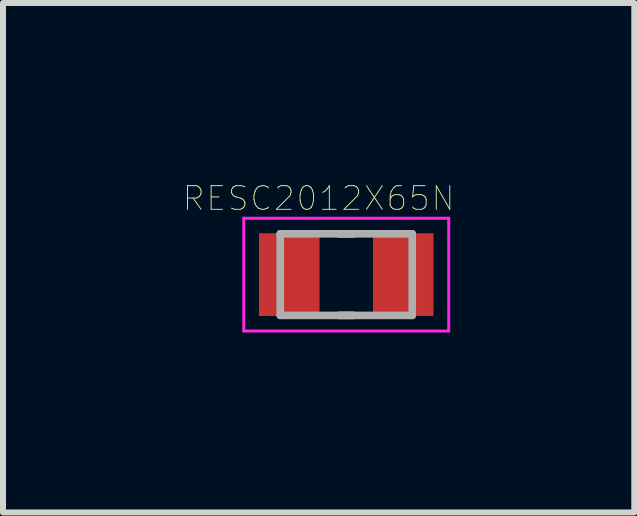
<source format=kicad_pcb>
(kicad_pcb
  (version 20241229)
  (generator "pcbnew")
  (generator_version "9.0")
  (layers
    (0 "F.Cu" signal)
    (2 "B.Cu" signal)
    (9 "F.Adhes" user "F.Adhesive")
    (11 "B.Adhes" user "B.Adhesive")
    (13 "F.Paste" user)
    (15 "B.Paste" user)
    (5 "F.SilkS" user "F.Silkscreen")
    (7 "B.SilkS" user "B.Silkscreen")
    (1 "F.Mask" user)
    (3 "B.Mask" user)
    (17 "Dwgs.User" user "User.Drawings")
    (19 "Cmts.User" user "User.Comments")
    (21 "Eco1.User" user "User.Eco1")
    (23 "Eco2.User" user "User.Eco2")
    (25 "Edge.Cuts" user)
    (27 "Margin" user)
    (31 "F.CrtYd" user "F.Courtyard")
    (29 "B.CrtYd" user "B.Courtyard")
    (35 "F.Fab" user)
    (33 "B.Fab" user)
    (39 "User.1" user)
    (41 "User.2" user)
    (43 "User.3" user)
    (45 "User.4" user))
  (footprint "RESC2012X65N"
    (layer "F.Cu")
    (at 2.721 1.527)
    (property "Reference" "RESC2012X65N" (at -0.46 -1.27 0) (layer "F.SilkS") (effects (font (size 0.394 0.394) (thickness 0.015))))
    (attr through_hole)
    (fp_line (start -0.12 -0.68) (end 0.12 -0.68) (stroke (width 0.127) (type solid)) (layer "F.SilkS"))
    (fp_line (start -0.12 0.68) (end 0.12 0.68) (stroke (width 0.127) (type solid)) (layer "F.SilkS"))
    (fp_line (start -1.708 -0.94) (end 1.708 -0.94) (stroke (width 0.05) (type solid)) (layer "F.CrtYd"))
    (fp_line (start -1.708 0.94) (end -1.708 -0.94) (stroke (width 0.05) (type solid)) (layer "F.CrtYd"))
    (fp_line (start -1.708 0.94) (end 1.708 0.94) (stroke (width 0.05) (type solid)) (layer "F.CrtYd"))
    (fp_line (start 1.708 0.94) (end 1.708 -0.94) (stroke (width 0.05) (type solid)) (layer "F.CrtYd"))
    (fp_line (start -1.1 0.68) (end -1.1 -0.68) (stroke (width 0.127) (type solid)) (layer "F.Fab"))
    (fp_line (start 1.1 -0.68) (end -1.1 -0.68) (stroke (width 0.127) (type solid)) (layer "F.Fab"))
    (fp_line (start 1.1 0.68) (end -1.1 0.68) (stroke (width 0.127) (type solid)) (layer "F.Fab"))
    (fp_line (start 1.1 0.68) (end 1.1 -0.68) (stroke (width 0.127) (type solid)) (layer "F.Fab"))
    (pad "1" smd rect (at -0.95 0) (size 1.01 1.38) (layers "F.Cu" "F.Mask" "F.Paste"))
    (pad "2" smd rect (at 0.95 0) (size 1.01 1.38) (layers "F.Cu" "F.Mask" "F.Paste")))
  (gr_rect
    (start -3 -3)
    (end 7.522 5.492)
    (stroke (width 0.1) (type default))
    (fill no)
    (layer "Edge.Cuts")))
</source>
